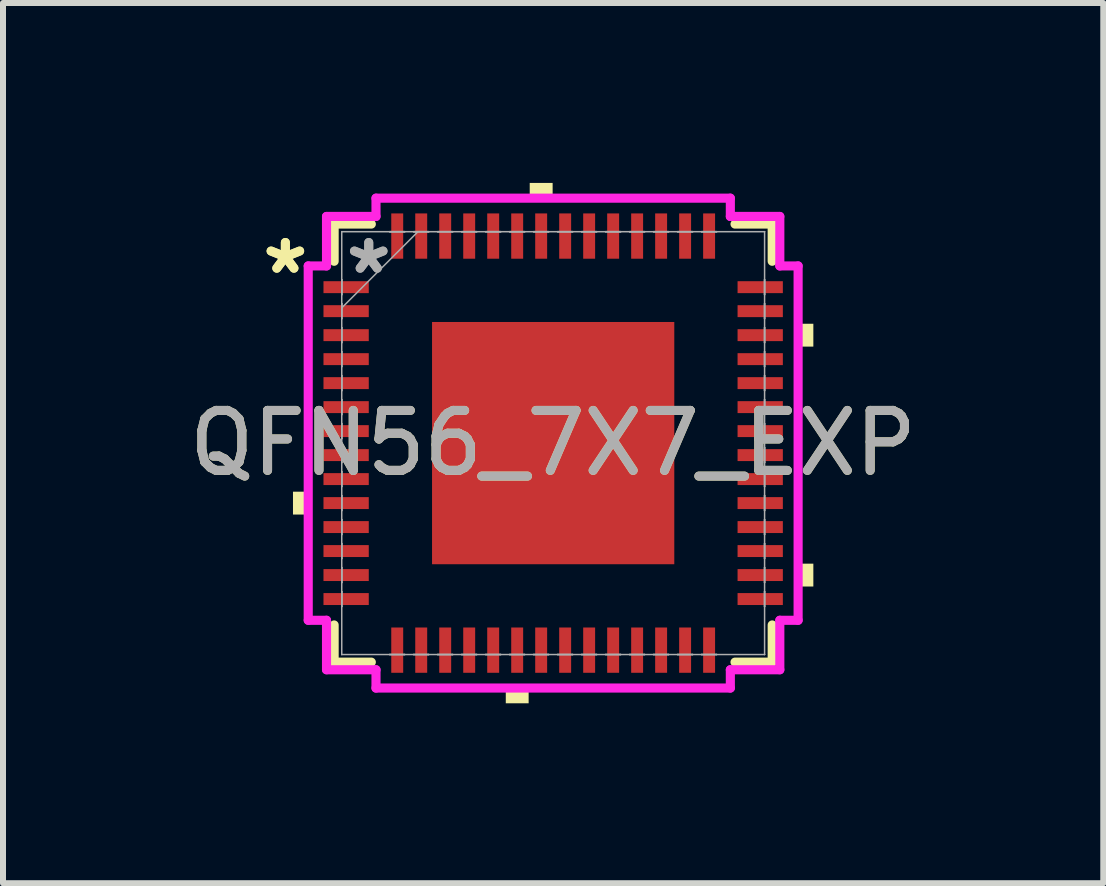
<source format=kicad_pcb>
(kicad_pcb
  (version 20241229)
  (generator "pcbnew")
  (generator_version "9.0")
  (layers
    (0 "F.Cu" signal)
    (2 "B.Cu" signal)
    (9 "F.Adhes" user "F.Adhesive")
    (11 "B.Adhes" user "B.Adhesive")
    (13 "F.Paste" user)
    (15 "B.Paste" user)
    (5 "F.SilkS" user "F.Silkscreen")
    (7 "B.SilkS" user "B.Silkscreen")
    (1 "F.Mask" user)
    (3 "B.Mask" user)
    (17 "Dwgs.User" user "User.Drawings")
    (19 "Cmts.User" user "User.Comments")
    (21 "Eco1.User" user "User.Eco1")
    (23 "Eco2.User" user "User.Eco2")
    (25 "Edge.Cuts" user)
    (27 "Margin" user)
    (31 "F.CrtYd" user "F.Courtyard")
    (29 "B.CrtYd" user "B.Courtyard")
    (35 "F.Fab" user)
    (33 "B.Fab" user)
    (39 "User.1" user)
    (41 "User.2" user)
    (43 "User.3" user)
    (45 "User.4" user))
  (footprint "QFN56_7X7_EXP"
    (layer "F.Cu")
    (at 6.173 4.338)
    (property "Reference" "QFN56_7X7_EXP" (at 0 0 0) (unlocked yes) (layer "F.SilkS") (effects (font (size 1 1) (thickness 0.15))))
    (attr smd)
    (fp_line (start -3.652 -3.652) (end -3.652 -3.032) (stroke (width 0.152) (type solid)) (layer "F.SilkS"))
    (fp_line (start -3.652 3.032) (end -3.652 3.652) (stroke (width 0.152) (type solid)) (layer "F.SilkS"))
    (fp_line (start -3.652 3.652) (end -3.032 3.652) (stroke (width 0.152) (type solid)) (layer "F.SilkS"))
    (fp_line (start -3.032 -3.652) (end -3.652 -3.652) (stroke (width 0.152) (type solid)) (layer "F.SilkS"))
    (fp_line (start 3.032 3.652) (end 3.652 3.652) (stroke (width 0.152) (type solid)) (layer "F.SilkS"))
    (fp_line (start 3.652 -3.652) (end 3.032 -3.652) (stroke (width 0.152) (type solid)) (layer "F.SilkS"))
    (fp_line (start 3.652 -3.032) (end 3.652 -3.652) (stroke (width 0.152) (type solid)) (layer "F.SilkS"))
    (fp_line (start 3.652 3.652) (end 3.652 3.032) (stroke (width 0.152) (type solid)) (layer "F.SilkS"))
    (fp_poly (pts (xy -4.338 0.81) (xy -4.338 1.191) (xy -4.084 1.191) (xy -4.084 0.81)) (stroke (width 0) (type solid)) (fill yes) (layer "F.SilkS"))
    (fp_poly (pts (xy -0.79 4.084) (xy -0.79 4.338) (xy -0.409 4.338) (xy -0.409 4.084)) (stroke (width 0) (type solid)) (fill yes) (layer "F.SilkS"))
    (fp_poly (pts (xy -0.391 -4.084) (xy -0.391 -4.338) (xy -0.009 -4.338) (xy -0.009 -4.084)) (stroke (width 0) (type solid)) (fill yes) (layer "F.SilkS"))
    (fp_poly (pts (xy 4.338 -1.99) (xy 4.338 -1.609) (xy 4.084 -1.609) (xy 4.084 -1.99)) (stroke (width 0) (type solid)) (fill yes) (layer "F.SilkS"))
    (fp_poly (pts (xy 4.338 2.01) (xy 4.338 2.391) (xy 4.084 2.391) (xy 4.084 2.01)) (stroke (width 0) (type solid)) (fill yes) (layer "F.SilkS"))
    (fp_poly (pts (xy -1.919 -1.919) (xy -1.919 -0.773) (xy -0.773 -0.773) (xy -0.773 -1.919)) (stroke (width 0) (type solid)) (fill yes) (layer "F.Paste"))
    (fp_poly (pts (xy -1.919 -0.573) (xy -1.919 0.573) (xy -0.773 0.573) (xy -0.773 -0.573)) (stroke (width 0) (type solid)) (fill yes) (layer "F.Paste"))
    (fp_poly (pts (xy -1.919 0.773) (xy -1.919 1.919) (xy -0.773 1.919) (xy -0.773 0.773)) (stroke (width 0) (type solid)) (fill yes) (layer "F.Paste"))
    (fp_poly (pts (xy -0.573 -1.919) (xy -0.573 -0.773) (xy 0.573 -0.773) (xy 0.573 -1.919)) (stroke (width 0) (type solid)) (fill yes) (layer "F.Paste"))
    (fp_poly (pts (xy -0.573 -0.573) (xy -0.573 0.573) (xy 0.573 0.573) (xy 0.573 -0.573)) (stroke (width 0) (type solid)) (fill yes) (layer "F.Paste"))
    (fp_poly (pts (xy -0.573 0.773) (xy -0.573 1.919) (xy 0.573 1.919) (xy 0.573 0.773)) (stroke (width 0) (type solid)) (fill yes) (layer "F.Paste"))
    (fp_poly (pts (xy 0.773 -1.919) (xy 0.773 -0.773) (xy 1.919 -0.773) (xy 1.919 -1.919)) (stroke (width 0) (type solid)) (fill yes) (layer "F.Paste"))
    (fp_poly (pts (xy 0.773 -0.573) (xy 0.773 0.573) (xy 1.919 0.573) (xy 1.919 -0.573)) (stroke (width 0) (type solid)) (fill yes) (layer "F.Paste"))
    (fp_poly (pts (xy 0.773 0.773) (xy 0.773 1.919) (xy 1.919 1.919) (xy 1.919 0.773)) (stroke (width 0) (type solid)) (fill yes) (layer "F.Paste"))
    (fp_line (start -4.084 -2.954) (end -3.779 -2.954) (stroke (width 0.152) (type solid)) (layer "F.CrtYd"))
    (fp_line (start -4.084 2.954) (end -4.084 -2.954) (stroke (width 0.152) (type solid)) (layer "F.CrtYd"))
    (fp_line (start -3.779 -3.779) (end -2.954 -3.779) (stroke (width 0.152) (type solid)) (layer "F.CrtYd"))
    (fp_line (start -3.779 -2.954) (end -3.779 -3.779) (stroke (width 0.152) (type solid)) (layer "F.CrtYd"))
    (fp_line (start -3.779 2.954) (end -4.084 2.954) (stroke (width 0.152) (type solid)) (layer "F.CrtYd"))
    (fp_line (start -3.779 3.779) (end -3.779 2.954) (stroke (width 0.152) (type solid)) (layer "F.CrtYd"))
    (fp_line (start -2.954 -4.084) (end 2.954 -4.084) (stroke (width 0.152) (type solid)) (layer "F.CrtYd"))
    (fp_line (start -2.954 -3.779) (end -2.954 -4.084) (stroke (width 0.152) (type solid)) (layer "F.CrtYd"))
    (fp_line (start -2.954 3.779) (end -3.779 3.779) (stroke (width 0.152) (type solid)) (layer "F.CrtYd"))
    (fp_line (start -2.954 4.084) (end -2.954 3.779) (stroke (width 0.152) (type solid)) (layer "F.CrtYd"))
    (fp_line (start 2.954 -4.084) (end 2.954 -3.779) (stroke (width 0.152) (type solid)) (layer "F.CrtYd"))
    (fp_line (start 2.954 -3.779) (end 3.779 -3.779) (stroke (width 0.152) (type solid)) (layer "F.CrtYd"))
    (fp_line (start 2.954 3.779) (end 2.954 4.084) (stroke (width 0.152) (type solid)) (layer "F.CrtYd"))
    (fp_line (start 2.954 4.084) (end -2.954 4.084) (stroke (width 0.152) (type solid)) (layer "F.CrtYd"))
    (fp_line (start 3.779 -3.779) (end 3.779 -2.954) (stroke (width 0.152) (type solid)) (layer "F.CrtYd"))
    (fp_line (start 3.779 -2.954) (end 4.084 -2.954) (stroke (width 0.152) (type solid)) (layer "F.CrtYd"))
    (fp_line (start 3.779 2.954) (end 3.779 3.779) (stroke (width 0.152) (type solid)) (layer "F.CrtYd"))
    (fp_line (start 3.779 3.779) (end 2.954 3.779) (stroke (width 0.152) (type solid)) (layer "F.CrtYd"))
    (fp_line (start 4.084 -2.954) (end 4.084 2.954) (stroke (width 0.152) (type solid)) (layer "F.CrtYd"))
    (fp_line (start 4.084 2.954) (end 3.779 2.954) (stroke (width 0.152) (type solid)) (layer "F.CrtYd"))
    (fp_line (start -3.525 -3.525) (end -3.525 -3.525) (stroke (width 0.025) (type solid)) (layer "F.Fab"))
    (fp_line (start -3.525 -3.525) (end -3.525 3.525) (stroke (width 0.025) (type solid)) (layer "F.Fab"))
    (fp_line (start -3.525 -2.725) (end -3.525 -2.725) (stroke (width 0.025) (type solid)) (layer "F.Fab"))
    (fp_line (start -3.525 -2.725) (end -3.525 -2.475) (stroke (width 0.025) (type solid)) (layer "F.Fab"))
    (fp_line (start -3.525 -2.475) (end -3.525 -2.725) (stroke (width 0.025) (type solid)) (layer "F.Fab"))
    (fp_line (start -3.525 -2.475) (end -3.525 -2.475) (stroke (width 0.025) (type solid)) (layer "F.Fab"))
    (fp_line (start -3.525 -2.325) (end -3.525 -2.325) (stroke (width 0.025) (type solid)) (layer "F.Fab"))
    (fp_line (start -3.525 -2.325) (end -3.525 -2.075) (stroke (width 0.025) (type solid)) (layer "F.Fab"))
    (fp_line (start -3.525 -2.255) (end -2.255 -3.525) (stroke (width 0.025) (type solid)) (layer "F.Fab"))
    (fp_line (start -3.525 -2.075) (end -3.525 -2.325) (stroke (width 0.025) (type solid)) (layer "F.Fab"))
    (fp_line (start -3.525 -2.075) (end -3.525 -2.075) (stroke (width 0.025) (type solid)) (layer "F.Fab"))
    (fp_line (start -3.525 -1.925) (end -3.525 -1.925) (stroke (width 0.025) (type solid)) (layer "F.Fab"))
    (fp_line (start -3.525 -1.925) (end -3.525 -1.675) (stroke (width 0.025) (type solid)) (layer "F.Fab"))
    (fp_line (start -3.525 -1.675) (end -3.525 -1.925) (stroke (width 0.025) (type solid)) (layer "F.Fab"))
    (fp_line (start -3.525 -1.675) (end -3.525 -1.675) (stroke (width 0.025) (type solid)) (layer "F.Fab"))
    (fp_line (start -3.525 -1.525) (end -3.525 -1.525) (stroke (width 0.025) (type solid)) (layer "F.Fab"))
    (fp_line (start -3.525 -1.525) (end -3.525 -1.275) (stroke (width 0.025) (type solid)) (layer "F.Fab"))
    (fp_line (start -3.525 -1.275) (end -3.525 -1.525) (stroke (width 0.025) (type solid)) (layer "F.Fab"))
    (fp_line (start -3.525 -1.275) (end -3.525 -1.275) (stroke (width 0.025) (type solid)) (layer "F.Fab"))
    (fp_line (start -3.525 -1.125) (end -3.525 -1.125) (stroke (width 0.025) (type solid)) (layer "F.Fab"))
    (fp_line (start -3.525 -1.125) (end -3.525 -0.875) (stroke (width 0.025) (type solid)) (layer "F.Fab"))
    (fp_line (start -3.525 -0.875) (end -3.525 -1.125) (stroke (width 0.025) (type solid)) (layer "F.Fab"))
    (fp_line (start -3.525 -0.875) (end -3.525 -0.875) (stroke (width 0.025) (type solid)) (layer "F.Fab"))
    (fp_line (start -3.525 -0.725) (end -3.525 -0.725) (stroke (width 0.025) (type solid)) (layer "F.Fab"))
    (fp_line (start -3.525 -0.725) (end -3.525 -0.475) (stroke (width 0.025) (type solid)) (layer "F.Fab"))
    (fp_line (start -3.525 -0.475) (end -3.525 -0.725) (stroke (width 0.025) (type solid)) (layer "F.Fab"))
    (fp_line (start -3.525 -0.475) (end -3.525 -0.475) (stroke (width 0.025) (type solid)) (layer "F.Fab"))
    (fp_line (start -3.525 -0.325) (end -3.525 -0.325) (stroke (width 0.025) (type solid)) (layer "F.Fab"))
    (fp_line (start -3.525 -0.325) (end -3.525 -0.075) (stroke (width 0.025) (type solid)) (layer "F.Fab"))
    (fp_line (start -3.525 -0.075) (end -3.525 -0.325) (stroke (width 0.025) (type solid)) (layer "F.Fab"))
    (fp_line (start -3.525 -0.075) (end -3.525 -0.075) (stroke (width 0.025) (type solid)) (layer "F.Fab"))
    (fp_line (start -3.525 0.075) (end -3.525 0.075) (stroke (width 0.025) (type solid)) (layer "F.Fab"))
    (fp_line (start -3.525 0.075) (end -3.525 0.325) (stroke (width 0.025) (type solid)) (layer "F.Fab"))
    (fp_line (start -3.525 0.325) (end -3.525 0.075) (stroke (width 0.025) (type solid)) (layer "F.Fab"))
    (fp_line (start -3.525 0.325) (end -3.525 0.325) (stroke (width 0.025) (type solid)) (layer "F.Fab"))
    (fp_line (start -3.525 0.475) (end -3.525 0.475) (stroke (width 0.025) (type solid)) (layer "F.Fab"))
    (fp_line (start -3.525 0.475) (end -3.525 0.725) (stroke (width 0.025) (type solid)) (layer "F.Fab"))
    (fp_line (start -3.525 0.725) (end -3.525 0.475) (stroke (width 0.025) (type solid)) (layer "F.Fab"))
    (fp_line (start -3.525 0.725) (end -3.525 0.725) (stroke (width 0.025) (type solid)) (layer "F.Fab"))
    (fp_line (start -3.525 0.875) (end -3.525 0.875) (stroke (width 0.025) (type solid)) (layer "F.Fab"))
    (fp_line (start -3.525 0.875) (end -3.525 1.125) (stroke (width 0.025) (type solid)) (layer "F.Fab"))
    (fp_line (start -3.525 1.125) (end -3.525 0.875) (stroke (width 0.025) (type solid)) (layer "F.Fab"))
    (fp_line (start -3.525 1.125) (end -3.525 1.125) (stroke (width 0.025) (type solid)) (layer "F.Fab"))
    (fp_line (start -3.525 1.275) (end -3.525 1.275) (stroke (width 0.025) (type solid)) (layer "F.Fab"))
    (fp_line (start -3.525 1.275) (end -3.525 1.525) (stroke (width 0.025) (type solid)) (layer "F.Fab"))
    (fp_line (start -3.525 1.525) (end -3.525 1.275) (stroke (width 0.025) (type solid)) (layer "F.Fab"))
    (fp_line (start -3.525 1.525) (end -3.525 1.525) (stroke (width 0.025) (type solid)) (layer "F.Fab"))
    (fp_line (start -3.525 1.675) (end -3.525 1.675) (stroke (width 0.025) (type solid)) (layer "F.Fab"))
    (fp_line (start -3.525 1.675) (end -3.525 1.925) (stroke (width 0.025) (type solid)) (layer "F.Fab"))
    (fp_line (start -3.525 1.925) (end -3.525 1.675) (stroke (width 0.025) (type solid)) (layer "F.Fab"))
    (fp_line (start -3.525 1.925) (end -3.525 1.925) (stroke (width 0.025) (type solid)) (layer "F.Fab"))
    (fp_line (start -3.525 2.075) (end -3.525 2.075) (stroke (width 0.025) (type solid)) (layer "F.Fab"))
    (fp_line (start -3.525 2.075) (end -3.525 2.325) (stroke (width 0.025) (type solid)) (layer "F.Fab"))
    (fp_line (start -3.525 2.325) (end -3.525 2.075) (stroke (width 0.025) (type solid)) (layer "F.Fab"))
    (fp_line (start -3.525 2.325) (end -3.525 2.325) (stroke (width 0.025) (type solid)) (layer "F.Fab"))
    (fp_line (start -3.525 2.475) (end -3.525 2.475) (stroke (width 0.025) (type solid)) (layer "F.Fab"))
    (fp_line (start -3.525 2.475) (end -3.525 2.725) (stroke (width 0.025) (type solid)) (layer "F.Fab"))
    (fp_line (start -3.525 2.725) (end -3.525 2.475) (stroke (width 0.025) (type solid)) (layer "F.Fab"))
    (fp_line (start -3.525 2.725) (end -3.525 2.725) (stroke (width 0.025) (type solid)) (layer "F.Fab"))
    (fp_line (start -3.525 3.525) (end -3.525 3.525) (stroke (width 0.025) (type solid)) (layer "F.Fab"))
    (fp_line (start -3.525 3.525) (end 3.525 3.525) (stroke (width 0.025) (type solid)) (layer "F.Fab"))
    (fp_line (start -2.725 -3.525) (end -2.725 -3.525) (stroke (width 0.025) (type solid)) (layer "F.Fab"))
    (fp_line (start -2.725 -3.525) (end -2.475 -3.525) (stroke (width 0.025) (type solid)) (layer "F.Fab"))
    (fp_line (start -2.725 3.525) (end -2.725 3.525) (stroke (width 0.025) (type solid)) (layer "F.Fab"))
    (fp_line (start -2.725 3.525) (end -2.475 3.525) (stroke (width 0.025) (type solid)) (layer "F.Fab"))
    (fp_line (start -2.475 -3.525) (end -2.725 -3.525) (stroke (width 0.025) (type solid)) (layer "F.Fab"))
    (fp_line (start -2.475 -3.525) (end -2.475 -3.525) (stroke (width 0.025) (type solid)) (layer "F.Fab"))
    (fp_line (start -2.475 3.525) (end -2.725 3.525) (stroke (width 0.025) (type solid)) (layer "F.Fab"))
    (fp_line (start -2.475 3.525) (end -2.475 3.525) (stroke (width 0.025) (type solid)) (layer "F.Fab"))
    (fp_line (start -2.325 -3.525) (end -2.325 -3.525) (stroke (width 0.025) (type solid)) (layer "F.Fab"))
    (fp_line (start -2.325 -3.525) (end -2.075 -3.525) (stroke (width 0.025) (type solid)) (layer "F.Fab"))
    (fp_line (start -2.325 3.525) (end -2.325 3.525) (stroke (width 0.025) (type solid)) (layer "F.Fab"))
    (fp_line (start -2.325 3.525) (end -2.075 3.525) (stroke (width 0.025) (type solid)) (layer "F.Fab"))
    (fp_line (start -2.075 -3.525) (end -2.325 -3.525) (stroke (width 0.025) (type solid)) (layer "F.Fab"))
    (fp_line (start -2.075 -3.525) (end -2.075 -3.525) (stroke (width 0.025) (type solid)) (layer "F.Fab"))
    (fp_line (start -2.075 3.525) (end -2.325 3.525) (stroke (width 0.025) (type solid)) (layer "F.Fab"))
    (fp_line (start -2.075 3.525) (end -2.075 3.525) (stroke (width 0.025) (type solid)) (layer "F.Fab"))
    (fp_line (start -1.925 -3.525) (end -1.925 -3.525) (stroke (width 0.025) (type solid)) (layer "F.Fab"))
    (fp_line (start -1.925 -3.525) (end -1.675 -3.525) (stroke (width 0.025) (type solid)) (layer "F.Fab"))
    (fp_line (start -1.925 3.525) (end -1.925 3.525) (stroke (width 0.025) (type solid)) (layer "F.Fab"))
    (fp_line (start -1.925 3.525) (end -1.675 3.525) (stroke (width 0.025) (type solid)) (layer "F.Fab"))
    (fp_line (start -1.675 -3.525) (end -1.925 -3.525) (stroke (width 0.025) (type solid)) (layer "F.Fab"))
    (fp_line (start -1.675 -3.525) (end -1.675 -3.525) (stroke (width 0.025) (type solid)) (layer "F.Fab"))
    (fp_line (start -1.675 3.525) (end -1.925 3.525) (stroke (width 0.025) (type solid)) (layer "F.Fab"))
    (fp_line (start -1.675 3.525) (end -1.675 3.525) (stroke (width 0.025) (type solid)) (layer "F.Fab"))
    (fp_line (start -1.525 -3.525) (end -1.525 -3.525) (stroke (width 0.025) (type solid)) (layer "F.Fab"))
    (fp_line (start -1.525 -3.525) (end -1.275 -3.525) (stroke (width 0.025) (type solid)) (layer "F.Fab"))
    (fp_line (start -1.525 3.525) (end -1.525 3.525) (stroke (width 0.025) (type solid)) (layer "F.Fab"))
    (fp_line (start -1.525 3.525) (end -1.275 3.525) (stroke (width 0.025) (type solid)) (layer "F.Fab"))
    (fp_line (start -1.275 -3.525) (end -1.525 -3.525) (stroke (width 0.025) (type solid)) (layer "F.Fab"))
    (fp_line (start -1.275 -3.525) (end -1.275 -3.525) (stroke (width 0.025) (type solid)) (layer "F.Fab"))
    (fp_line (start -1.275 3.525) (end -1.525 3.525) (stroke (width 0.025) (type solid)) (layer "F.Fab"))
    (fp_line (start -1.275 3.525) (end -1.275 3.525) (stroke (width 0.025) (type solid)) (layer "F.Fab"))
    (fp_line (start -1.125 -3.525) (end -1.125 -3.525) (stroke (width 0.025) (type solid)) (layer "F.Fab"))
    (fp_line (start -1.125 -3.525) (end -0.875 -3.525) (stroke (width 0.025) (type solid)) (layer "F.Fab"))
    (fp_line (start -1.125 3.525) (end -1.125 3.525) (stroke (width 0.025) (type solid)) (layer "F.Fab"))
    (fp_line (start -1.125 3.525) (end -0.875 3.525) (stroke (width 0.025) (type solid)) (layer "F.Fab"))
    (fp_line (start -0.875 -3.525) (end -1.125 -3.525) (stroke (width 0.025) (type solid)) (layer "F.Fab"))
    (fp_line (start -0.875 -3.525) (end -0.875 -3.525) (stroke (width 0.025) (type solid)) (layer "F.Fab"))
    (fp_line (start -0.875 3.525) (end -1.125 3.525) (stroke (width 0.025) (type solid)) (layer "F.Fab"))
    (fp_line (start -0.875 3.525) (end -0.875 3.525) (stroke (width 0.025) (type solid)) (layer "F.Fab"))
    (fp_line (start -0.725 -3.525) (end -0.725 -3.525) (stroke (width 0.025) (type solid)) (layer "F.Fab"))
    (fp_line (start -0.725 -3.525) (end -0.475 -3.525) (stroke (width 0.025) (type solid)) (layer "F.Fab"))
    (fp_line (start -0.725 3.525) (end -0.725 3.525) (stroke (width 0.025) (type solid)) (layer "F.Fab"))
    (fp_line (start -0.725 3.525) (end -0.475 3.525) (stroke (width 0.025) (type solid)) (layer "F.Fab"))
    (fp_line (start -0.475 -3.525) (end -0.725 -3.525) (stroke (width 0.025) (type solid)) (layer "F.Fab"))
    (fp_line (start -0.475 -3.525) (end -0.475 -3.525) (stroke (width 0.025) (type solid)) (layer "F.Fab"))
    (fp_line (start -0.475 3.525) (end -0.725 3.525) (stroke (width 0.025) (type solid)) (layer "F.Fab"))
    (fp_line (start -0.475 3.525) (end -0.475 3.525) (stroke (width 0.025) (type solid)) (layer "F.Fab"))
    (fp_line (start -0.325 -3.525) (end -0.325 -3.525) (stroke (width 0.025) (type solid)) (layer "F.Fab"))
    (fp_line (start -0.325 -3.525) (end -0.075 -3.525) (stroke (width 0.025) (type solid)) (layer "F.Fab"))
    (fp_line (start -0.325 3.525) (end -0.325 3.525) (stroke (width 0.025) (type solid)) (layer "F.Fab"))
    (fp_line (start -0.325 3.525) (end -0.075 3.525) (stroke (width 0.025) (type solid)) (layer "F.Fab"))
    (fp_line (start -0.075 -3.525) (end -0.325 -3.525) (stroke (width 0.025) (type solid)) (layer "F.Fab"))
    (fp_line (start -0.075 -3.525) (end -0.075 -3.525) (stroke (width 0.025) (type solid)) (layer "F.Fab"))
    (fp_line (start -0.075 3.525) (end -0.325 3.525) (stroke (width 0.025) (type solid)) (layer "F.Fab"))
    (fp_line (start -0.075 3.525) (end -0.075 3.525) (stroke (width 0.025) (type solid)) (layer "F.Fab"))
    (fp_line (start 0.075 -3.525) (end 0.075 -3.525) (stroke (width 0.025) (type solid)) (layer "F.Fab"))
    (fp_line (start 0.075 -3.525) (end 0.325 -3.525) (stroke (width 0.025) (type solid)) (layer "F.Fab"))
    (fp_line (start 0.075 3.525) (end 0.075 3.525) (stroke (width 0.025) (type solid)) (layer "F.Fab"))
    (fp_line (start 0.075 3.525) (end 0.325 3.525) (stroke (width 0.025) (type solid)) (layer "F.Fab"))
    (fp_line (start 0.325 -3.525) (end 0.075 -3.525) (stroke (width 0.025) (type solid)) (layer "F.Fab"))
    (fp_line (start 0.325 -3.525) (end 0.325 -3.525) (stroke (width 0.025) (type solid)) (layer "F.Fab"))
    (fp_line (start 0.325 3.525) (end 0.075 3.525) (stroke (width 0.025) (type solid)) (layer "F.Fab"))
    (fp_line (start 0.325 3.525) (end 0.325 3.525) (stroke (width 0.025) (type solid)) (layer "F.Fab"))
    (fp_line (start 0.475 -3.525) (end 0.475 -3.525) (stroke (width 0.025) (type solid)) (layer "F.Fab"))
    (fp_line (start 0.475 -3.525) (end 0.725 -3.525) (stroke (width 0.025) (type solid)) (layer "F.Fab"))
    (fp_line (start 0.475 3.525) (end 0.475 3.525) (stroke (width 0.025) (type solid)) (layer "F.Fab"))
    (fp_line (start 0.475 3.525) (end 0.725 3.525) (stroke (width 0.025) (type solid)) (layer "F.Fab"))
    (fp_line (start 0.725 -3.525) (end 0.475 -3.525) (stroke (width 0.025) (type solid)) (layer "F.Fab"))
    (fp_line (start 0.725 -3.525) (end 0.725 -3.525) (stroke (width 0.025) (type solid)) (layer "F.Fab"))
    (fp_line (start 0.725 3.525) (end 0.475 3.525) (stroke (width 0.025) (type solid)) (layer "F.Fab"))
    (fp_line (start 0.725 3.525) (end 0.725 3.525) (stroke (width 0.025) (type solid)) (layer "F.Fab"))
    (fp_line (start 0.875 -3.525) (end 0.875 -3.525) (stroke (width 0.025) (type solid)) (layer "F.Fab"))
    (fp_line (start 0.875 -3.525) (end 1.125 -3.525) (stroke (width 0.025) (type solid)) (layer "F.Fab"))
    (fp_line (start 0.875 3.525) (end 0.875 3.525) (stroke (width 0.025) (type solid)) (layer "F.Fab"))
    (fp_line (start 0.875 3.525) (end 1.125 3.525) (stroke (width 0.025) (type solid)) (layer "F.Fab"))
    (fp_line (start 1.125 -3.525) (end 0.875 -3.525) (stroke (width 0.025) (type solid)) (layer "F.Fab"))
    (fp_line (start 1.125 -3.525) (end 1.125 -3.525) (stroke (width 0.025) (type solid)) (layer "F.Fab"))
    (fp_line (start 1.125 3.525) (end 0.875 3.525) (stroke (width 0.025) (type solid)) (layer "F.Fab"))
    (fp_line (start 1.125 3.525) (end 1.125 3.525) (stroke (width 0.025) (type solid)) (layer "F.Fab"))
    (fp_line (start 1.275 -3.525) (end 1.275 -3.525) (stroke (width 0.025) (type solid)) (layer "F.Fab"))
    (fp_line (start 1.275 -3.525) (end 1.525 -3.525) (stroke (width 0.025) (type solid)) (layer "F.Fab"))
    (fp_line (start 1.275 3.525) (end 1.275 3.525) (stroke (width 0.025) (type solid)) (layer "F.Fab"))
    (fp_line (start 1.275 3.525) (end 1.525 3.525) (stroke (width 0.025) (type solid)) (layer "F.Fab"))
    (fp_line (start 1.525 -3.525) (end 1.275 -3.525) (stroke (width 0.025) (type solid)) (layer "F.Fab"))
    (fp_line (start 1.525 -3.525) (end 1.525 -3.525) (stroke (width 0.025) (type solid)) (layer "F.Fab"))
    (fp_line (start 1.525 3.525) (end 1.275 3.525) (stroke (width 0.025) (type solid)) (layer "F.Fab"))
    (fp_line (start 1.525 3.525) (end 1.525 3.525) (stroke (width 0.025) (type solid)) (layer "F.Fab"))
    (fp_line (start 1.675 -3.525) (end 1.675 -3.525) (stroke (width 0.025) (type solid)) (layer "F.Fab"))
    (fp_line (start 1.675 -3.525) (end 1.925 -3.525) (stroke (width 0.025) (type solid)) (layer "F.Fab"))
    (fp_line (start 1.675 3.525) (end 1.675 3.525) (stroke (width 0.025) (type solid)) (layer "F.Fab"))
    (fp_line (start 1.675 3.525) (end 1.925 3.525) (stroke (width 0.025) (type solid)) (layer "F.Fab"))
    (fp_line (start 1.925 -3.525) (end 1.675 -3.525) (stroke (width 0.025) (type solid)) (layer "F.Fab"))
    (fp_line (start 1.925 -3.525) (end 1.925 -3.525) (stroke (width 0.025) (type solid)) (layer "F.Fab"))
    (fp_line (start 1.925 3.525) (end 1.675 3.525) (stroke (width 0.025) (type solid)) (layer "F.Fab"))
    (fp_line (start 1.925 3.525) (end 1.925 3.525) (stroke (width 0.025) (type solid)) (layer "F.Fab"))
    (fp_line (start 2.075 -3.525) (end 2.075 -3.525) (stroke (width 0.025) (type solid)) (layer "F.Fab"))
    (fp_line (start 2.075 -3.525) (end 2.325 -3.525) (stroke (width 0.025) (type solid)) (layer "F.Fab"))
    (fp_line (start 2.075 3.525) (end 2.075 3.525) (stroke (width 0.025) (type solid)) (layer "F.Fab"))
    (fp_line (start 2.075 3.525) (end 2.325 3.525) (stroke (width 0.025) (type solid)) (layer "F.Fab"))
    (fp_line (start 2.325 -3.525) (end 2.075 -3.525) (stroke (width 0.025) (type solid)) (layer "F.Fab"))
    (fp_line (start 2.325 -3.525) (end 2.325 -3.525) (stroke (width 0.025) (type solid)) (layer "F.Fab"))
    (fp_line (start 2.325 3.525) (end 2.075 3.525) (stroke (width 0.025) (type solid)) (layer "F.Fab"))
    (fp_line (start 2.325 3.525) (end 2.325 3.525) (stroke (width 0.025) (type solid)) (layer "F.Fab"))
    (fp_line (start 2.475 -3.525) (end 2.475 -3.525) (stroke (width 0.025) (type solid)) (layer "F.Fab"))
    (fp_line (start 2.475 -3.525) (end 2.725 -3.525) (stroke (width 0.025) (type solid)) (layer "F.Fab"))
    (fp_line (start 2.475 3.525) (end 2.475 3.525) (stroke (width 0.025) (type solid)) (layer "F.Fab"))
    (fp_line (start 2.475 3.525) (end 2.725 3.525) (stroke (width 0.025) (type solid)) (layer "F.Fab"))
    (fp_line (start 2.725 -3.525) (end 2.475 -3.525) (stroke (width 0.025) (type solid)) (layer "F.Fab"))
    (fp_line (start 2.725 -3.525) (end 2.725 -3.525) (stroke (width 0.025) (type solid)) (layer "F.Fab"))
    (fp_line (start 2.725 3.525) (end 2.475 3.525) (stroke (width 0.025) (type solid)) (layer "F.Fab"))
    (fp_line (start 2.725 3.525) (end 2.725 3.525) (stroke (width 0.025) (type solid)) (layer "F.Fab"))
    (fp_line (start 3.525 -3.525) (end -3.525 -3.525) (stroke (width 0.025) (type solid)) (layer "F.Fab"))
    (fp_line (start 3.525 -3.525) (end 3.525 -3.525) (stroke (width 0.025) (type solid)) (layer "F.Fab"))
    (fp_line (start 3.525 -2.725) (end 3.525 -2.725) (stroke (width 0.025) (type solid)) (layer "F.Fab"))
    (fp_line (start 3.525 -2.725) (end 3.525 -2.475) (stroke (width 0.025) (type solid)) (layer "F.Fab"))
    (fp_line (start 3.525 -2.475) (end 3.525 -2.725) (stroke (width 0.025) (type solid)) (layer "F.Fab"))
    (fp_line (start 3.525 -2.475) (end 3.525 -2.475) (stroke (width 0.025) (type solid)) (layer "F.Fab"))
    (fp_line (start 3.525 -2.325) (end 3.525 -2.325) (stroke (width 0.025) (type solid)) (layer "F.Fab"))
    (fp_line (start 3.525 -2.325) (end 3.525 -2.075) (stroke (width 0.025) (type solid)) (layer "F.Fab"))
    (fp_line (start 3.525 -2.075) (end 3.525 -2.325) (stroke (width 0.025) (type solid)) (layer "F.Fab"))
    (fp_line (start 3.525 -2.075) (end 3.525 -2.075) (stroke (width 0.025) (type solid)) (layer "F.Fab"))
    (fp_line (start 3.525 -1.925) (end 3.525 -1.925) (stroke (width 0.025) (type solid)) (layer "F.Fab"))
    (fp_line (start 3.525 -1.925) (end 3.525 -1.675) (stroke (width 0.025) (type solid)) (layer "F.Fab"))
    (fp_line (start 3.525 -1.675) (end 3.525 -1.925) (stroke (width 0.025) (type solid)) (layer "F.Fab"))
    (fp_line (start 3.525 -1.675) (end 3.525 -1.675) (stroke (width 0.025) (type solid)) (layer "F.Fab"))
    (fp_line (start 3.525 -1.525) (end 3.525 -1.525) (stroke (width 0.025) (type solid)) (layer "F.Fab"))
    (fp_line (start 3.525 -1.525) (end 3.525 -1.275) (stroke (width 0.025) (type solid)) (layer "F.Fab"))
    (fp_line (start 3.525 -1.275) (end 3.525 -1.525) (stroke (width 0.025) (type solid)) (layer "F.Fab"))
    (fp_line (start 3.525 -1.275) (end 3.525 -1.275) (stroke (width 0.025) (type solid)) (layer "F.Fab"))
    (fp_line (start 3.525 -1.125) (end 3.525 -1.125) (stroke (width 0.025) (type solid)) (layer "F.Fab"))
    (fp_line (start 3.525 -1.125) (end 3.525 -0.875) (stroke (width 0.025) (type solid)) (layer "F.Fab"))
    (fp_line (start 3.525 -0.875) (end 3.525 -1.125) (stroke (width 0.025) (type solid)) (layer "F.Fab"))
    (fp_line (start 3.525 -0.875) (end 3.525 -0.875) (stroke (width 0.025) (type solid)) (layer "F.Fab"))
    (fp_line (start 3.525 -0.725) (end 3.525 -0.725) (stroke (width 0.025) (type solid)) (layer "F.Fab"))
    (fp_line (start 3.525 -0.725) (end 3.525 -0.475) (stroke (width 0.025) (type solid)) (layer "F.Fab"))
    (fp_line (start 3.525 -0.475) (end 3.525 -0.725) (stroke (width 0.025) (type solid)) (layer "F.Fab"))
    (fp_line (start 3.525 -0.475) (end 3.525 -0.475) (stroke (width 0.025) (type solid)) (layer "F.Fab"))
    (fp_line (start 3.525 -0.325) (end 3.525 -0.325) (stroke (width 0.025) (type solid)) (layer "F.Fab"))
    (fp_line (start 3.525 -0.325) (end 3.525 -0.075) (stroke (width 0.025) (type solid)) (layer "F.Fab"))
    (fp_line (start 3.525 -0.075) (end 3.525 -0.325) (stroke (width 0.025) (type solid)) (layer "F.Fab"))
    (fp_line (start 3.525 -0.075) (end 3.525 -0.075) (stroke (width 0.025) (type solid)) (layer "F.Fab"))
    (fp_line (start 3.525 0.075) (end 3.525 0.075) (stroke (width 0.025) (type solid)) (layer "F.Fab"))
    (fp_line (start 3.525 0.075) (end 3.525 0.325) (stroke (width 0.025) (type solid)) (layer "F.Fab"))
    (fp_line (start 3.525 0.325) (end 3.525 0.075) (stroke (width 0.025) (type solid)) (layer "F.Fab"))
    (fp_line (start 3.525 0.325) (end 3.525 0.325) (stroke (width 0.025) (type solid)) (layer "F.Fab"))
    (fp_line (start 3.525 0.475) (end 3.525 0.475) (stroke (width 0.025) (type solid)) (layer "F.Fab"))
    (fp_line (start 3.525 0.475) (end 3.525 0.725) (stroke (width 0.025) (type solid)) (layer "F.Fab"))
    (fp_line (start 3.525 0.725) (end 3.525 0.475) (stroke (width 0.025) (type solid)) (layer "F.Fab"))
    (fp_line (start 3.525 0.725) (end 3.525 0.725) (stroke (width 0.025) (type solid)) (layer "F.Fab"))
    (fp_line (start 3.525 0.875) (end 3.525 0.875) (stroke (width 0.025) (type solid)) (layer "F.Fab"))
    (fp_line (start 3.525 0.875) (end 3.525 1.125) (stroke (width 0.025) (type solid)) (layer "F.Fab"))
    (fp_line (start 3.525 1.125) (end 3.525 0.875) (stroke (width 0.025) (type solid)) (layer "F.Fab"))
    (fp_line (start 3.525 1.125) (end 3.525 1.125) (stroke (width 0.025) (type solid)) (layer "F.Fab"))
    (fp_line (start 3.525 1.275) (end 3.525 1.275) (stroke (width 0.025) (type solid)) (layer "F.Fab"))
    (fp_line (start 3.525 1.275) (end 3.525 1.525) (stroke (width 0.025) (type solid)) (layer "F.Fab"))
    (fp_line (start 3.525 1.525) (end 3.525 1.275) (stroke (width 0.025) (type solid)) (layer "F.Fab"))
    (fp_line (start 3.525 1.525) (end 3.525 1.525) (stroke (width 0.025) (type solid)) (layer "F.Fab"))
    (fp_line (start 3.525 1.675) (end 3.525 1.675) (stroke (width 0.025) (type solid)) (layer "F.Fab"))
    (fp_line (start 3.525 1.675) (end 3.525 1.925) (stroke (width 0.025) (type solid)) (layer "F.Fab"))
    (fp_line (start 3.525 1.925) (end 3.525 1.675) (stroke (width 0.025) (type solid)) (layer "F.Fab"))
    (fp_line (start 3.525 1.925) (end 3.525 1.925) (stroke (width 0.025) (type solid)) (layer "F.Fab"))
    (fp_line (start 3.525 2.075) (end 3.525 2.075) (stroke (width 0.025) (type solid)) (layer "F.Fab"))
    (fp_line (start 3.525 2.075) (end 3.525 2.325) (stroke (width 0.025) (type solid)) (layer "F.Fab"))
    (fp_line (start 3.525 2.325) (end 3.525 2.075) (stroke (width 0.025) (type solid)) (layer "F.Fab"))
    (fp_line (start 3.525 2.325) (end 3.525 2.325) (stroke (width 0.025) (type solid)) (layer "F.Fab"))
    (fp_line (start 3.525 2.475) (end 3.525 2.475) (stroke (width 0.025) (type solid)) (layer "F.Fab"))
    (fp_line (start 3.525 2.475) (end 3.525 2.725) (stroke (width 0.025) (type solid)) (layer "F.Fab"))
    (fp_line (start 3.525 2.725) (end 3.525 2.475) (stroke (width 0.025) (type solid)) (layer "F.Fab"))
    (fp_line (start 3.525 2.725) (end 3.525 2.725) (stroke (width 0.025) (type solid)) (layer "F.Fab"))
    (fp_line (start 3.525 3.525) (end 3.525 -3.525) (stroke (width 0.025) (type solid)) (layer "F.Fab"))
    (fp_line (start 3.525 3.525) (end 3.525 3.525) (stroke (width 0.025) (type solid)) (layer "F.Fab"))
    (fp_text user "*" (at -4.465 -2.8 0) (unlocked yes) (layer "F.SilkS") (effects (font (size 1 1) (thickness 0.15))))
    (fp_text user "*" (at -4.465 -2.8 0) (layer "F.SilkS") (effects (font (size 1 1) (thickness 0.15))))
    (fp_text user "*" (at -3.075 -2.8 0) (layer "F.Fab") (effects (font (size 1 1) (thickness 0.15))))
    (fp_text user "${REFERENCE}" (at 0 0 0) (unlocked yes) (layer "F.Fab") (effects (font (size 1 1) (thickness 0.15))))
    (fp_text user "*" (at -3.075 -2.8 0) (unlocked yes) (layer "F.Fab") (effects (font (size 1 1) (thickness 0.15))))
    (pad "1" smd rect (at -3.452 -2.6 90) (size 0.199 0.755) (layers "F.Cu" "F.Mask" "F.Paste"))
    (pad "2" smd rect (at -3.452 -2.2 90) (size 0.199 0.755) (layers "F.Cu" "F.Mask" "F.Paste"))
    (pad "3" smd rect (at -3.452 -1.8 90) (size 0.199 0.755) (layers "F.Cu" "F.Mask" "F.Paste"))
    (pad "4" smd rect (at -3.452 -1.4 90) (size 0.199 0.755) (layers "F.Cu" "F.Mask" "F.Paste"))
    (pad "5" smd rect (at -3.452 -1 90) (size 0.199 0.755) (layers "F.Cu" "F.Mask" "F.Paste"))
    (pad "6" smd rect (at -3.452 -0.6 90) (size 0.199 0.755) (layers "F.Cu" "F.Mask" "F.Paste"))
    (pad "7" smd rect (at -3.452 -0.2 90) (size 0.199 0.755) (layers "F.Cu" "F.Mask" "F.Paste"))
    (pad "8" smd rect (at -3.452 0.2 90) (size 0.199 0.755) (layers "F.Cu" "F.Mask" "F.Paste"))
    (pad "9" smd rect (at -3.452 0.6 90) (size 0.199 0.755) (layers "F.Cu" "F.Mask" "F.Paste"))
    (pad "10" smd rect (at -3.452 1 90) (size 0.199 0.755) (layers "F.Cu" "F.Mask" "F.Paste"))
    (pad "11" smd rect (at -3.452 1.4 90) (size 0.199 0.755) (layers "F.Cu" "F.Mask" "F.Paste"))
    (pad "12" smd rect (at -3.452 1.8 90) (size 0.199 0.755) (layers "F.Cu" "F.Mask" "F.Paste"))
    (pad "13" smd rect (at -3.452 2.2 90) (size 0.199 0.755) (layers "F.Cu" "F.Mask" "F.Paste"))
    (pad "14" smd rect (at -3.452 2.6 90) (size 0.199 0.755) (layers "F.Cu" "F.Mask" "F.Paste"))
    (pad "15" smd rect (at -2.6 3.452) (size 0.199 0.755) (layers "F.Cu" "F.Mask" "F.Paste"))
    (pad "16" smd rect (at -2.2 3.452) (size 0.199 0.755) (layers "F.Cu" "F.Mask" "F.Paste"))
    (pad "17" smd rect (at -1.8 3.452) (size 0.199 0.755) (layers "F.Cu" "F.Mask" "F.Paste"))
    (pad "18" smd rect (at -1.4 3.452) (size 0.199 0.755) (layers "F.Cu" "F.Mask" "F.Paste"))
    (pad "19" smd rect (at -1 3.452) (size 0.199 0.755) (layers "F.Cu" "F.Mask" "F.Paste"))
    (pad "20" smd rect (at -0.6 3.452) (size 0.199 0.755) (layers "F.Cu" "F.Mask" "F.Paste"))
    (pad "21" smd rect (at -0.2 3.452) (size 0.199 0.755) (layers "F.Cu" "F.Mask" "F.Paste"))
    (pad "22" smd rect (at 0.2 3.452) (size 0.199 0.755) (layers "F.Cu" "F.Mask" "F.Paste"))
    (pad "23" smd rect (at 0.6 3.452) (size 0.199 0.755) (layers "F.Cu" "F.Mask" "F.Paste"))
    (pad "24" smd rect (at 1 3.452) (size 0.199 0.755) (layers "F.Cu" "F.Mask" "F.Paste"))
    (pad "25" smd rect (at 1.4 3.452) (size 0.199 0.755) (layers "F.Cu" "F.Mask" "F.Paste"))
    (pad "26" smd rect (at 1.8 3.452) (size 0.199 0.755) (layers "F.Cu" "F.Mask" "F.Paste"))
    (pad "27" smd rect (at 2.2 3.452) (size 0.199 0.755) (layers "F.Cu" "F.Mask" "F.Paste"))
    (pad "28" smd rect (at 2.6 3.452) (size 0.199 0.755) (layers "F.Cu" "F.Mask" "F.Paste"))
    (pad "29" smd rect (at 3.452 2.6 90) (size 0.199 0.755) (layers "F.Cu" "F.Mask" "F.Paste"))
    (pad "30" smd rect (at 3.452 2.2 90) (size 0.199 0.755) (layers "F.Cu" "F.Mask" "F.Paste"))
    (pad "31" smd rect (at 3.452 1.8 90) (size 0.199 0.755) (layers "F.Cu" "F.Mask" "F.Paste"))
    (pad "32" smd rect (at 3.452 1.4 90) (size 0.199 0.755) (layers "F.Cu" "F.Mask" "F.Paste"))
    (pad "33" smd rect (at 3.452 1 90) (size 0.199 0.755) (layers "F.Cu" "F.Mask" "F.Paste"))
    (pad "34" smd rect (at 3.452 0.6 90) (size 0.199 0.755) (layers "F.Cu" "F.Mask" "F.Paste"))
    (pad "35" smd rect (at 3.452 0.2 90) (size 0.199 0.755) (layers "F.Cu" "F.Mask" "F.Paste"))
    (pad "36" smd rect (at 3.452 -0.2 90) (size 0.199 0.755) (layers "F.Cu" "F.Mask" "F.Paste"))
    (pad "37" smd rect (at 3.452 -0.6 90) (size 0.199 0.755) (layers "F.Cu" "F.Mask" "F.Paste"))
    (pad "38" smd rect (at 3.452 -1 90) (size 0.199 0.755) (layers "F.Cu" "F.Mask" "F.Paste"))
    (pad "39" smd rect (at 3.452 -1.4 90) (size 0.199 0.755) (layers "F.Cu" "F.Mask" "F.Paste"))
    (pad "40" smd rect (at 3.452 -1.8 90) (size 0.199 0.755) (layers "F.Cu" "F.Mask" "F.Paste"))
    (pad "41" smd rect (at 3.452 -2.2 90) (size 0.199 0.755) (layers "F.Cu" "F.Mask" "F.Paste"))
    (pad "42" smd rect (at 3.452 -2.6 90) (size 0.199 0.755) (layers "F.Cu" "F.Mask" "F.Paste"))
    (pad "43" smd rect (at 2.6 -3.452) (size 0.199 0.755) (layers "F.Cu" "F.Mask" "F.Paste"))
    (pad "44" smd rect (at 2.2 -3.452) (size 0.199 0.755) (layers "F.Cu" "F.Mask" "F.Paste"))
    (pad "45" smd rect (at 1.8 -3.452) (size 0.199 0.755) (layers "F.Cu" "F.Mask" "F.Paste"))
    (pad "46" smd rect (at 1.4 -3.452) (size 0.199 0.755) (layers "F.Cu" "F.Mask" "F.Paste"))
    (pad "47" smd rect (at 1 -3.452) (size 0.199 0.755) (layers "F.Cu" "F.Mask" "F.Paste"))
    (pad "48" smd rect (at 0.6 -3.452) (size 0.199 0.755) (layers "F.Cu" "F.Mask" "F.Paste"))
    (pad "49" smd rect (at 0.2 -3.452) (size 0.199 0.755) (layers "F.Cu" "F.Mask" "F.Paste"))
    (pad "50" smd rect (at -0.2 -3.452) (size 0.199 0.755) (layers "F.Cu" "F.Mask" "F.Paste"))
    (pad "51" smd rect (at -0.6 -3.452) (size 0.199 0.755) (layers "F.Cu" "F.Mask" "F.Paste"))
    (pad "52" smd rect (at -1 -3.452) (size 0.199 0.755) (layers "F.Cu" "F.Mask" "F.Paste"))
    (pad "53" smd rect (at -1.4 -3.452) (size 0.199 0.755) (layers "F.Cu" "F.Mask" "F.Paste"))
    (pad "54" smd rect (at -1.8 -3.452) (size 0.199 0.755) (layers "F.Cu" "F.Mask" "F.Paste"))
    (pad "55" smd rect (at -2.2 -3.452) (size 0.199 0.755) (layers "F.Cu" "F.Mask" "F.Paste"))
    (pad "56" smd rect (at -2.6 -3.452) (size 0.199 0.755) (layers "F.Cu" "F.Mask" "F.Paste"))
    (pad "57" smd rect (at 0 0) (size 4.039 4.039) (layers "F.Cu" "F.Mask" "F.Paste")))
  (gr_rect
    (start -3 -3)
    (end 15.345 11.676)
    (stroke (width 0.1) (type default))
    (fill no)
    (layer "Edge.Cuts")))
</source>
